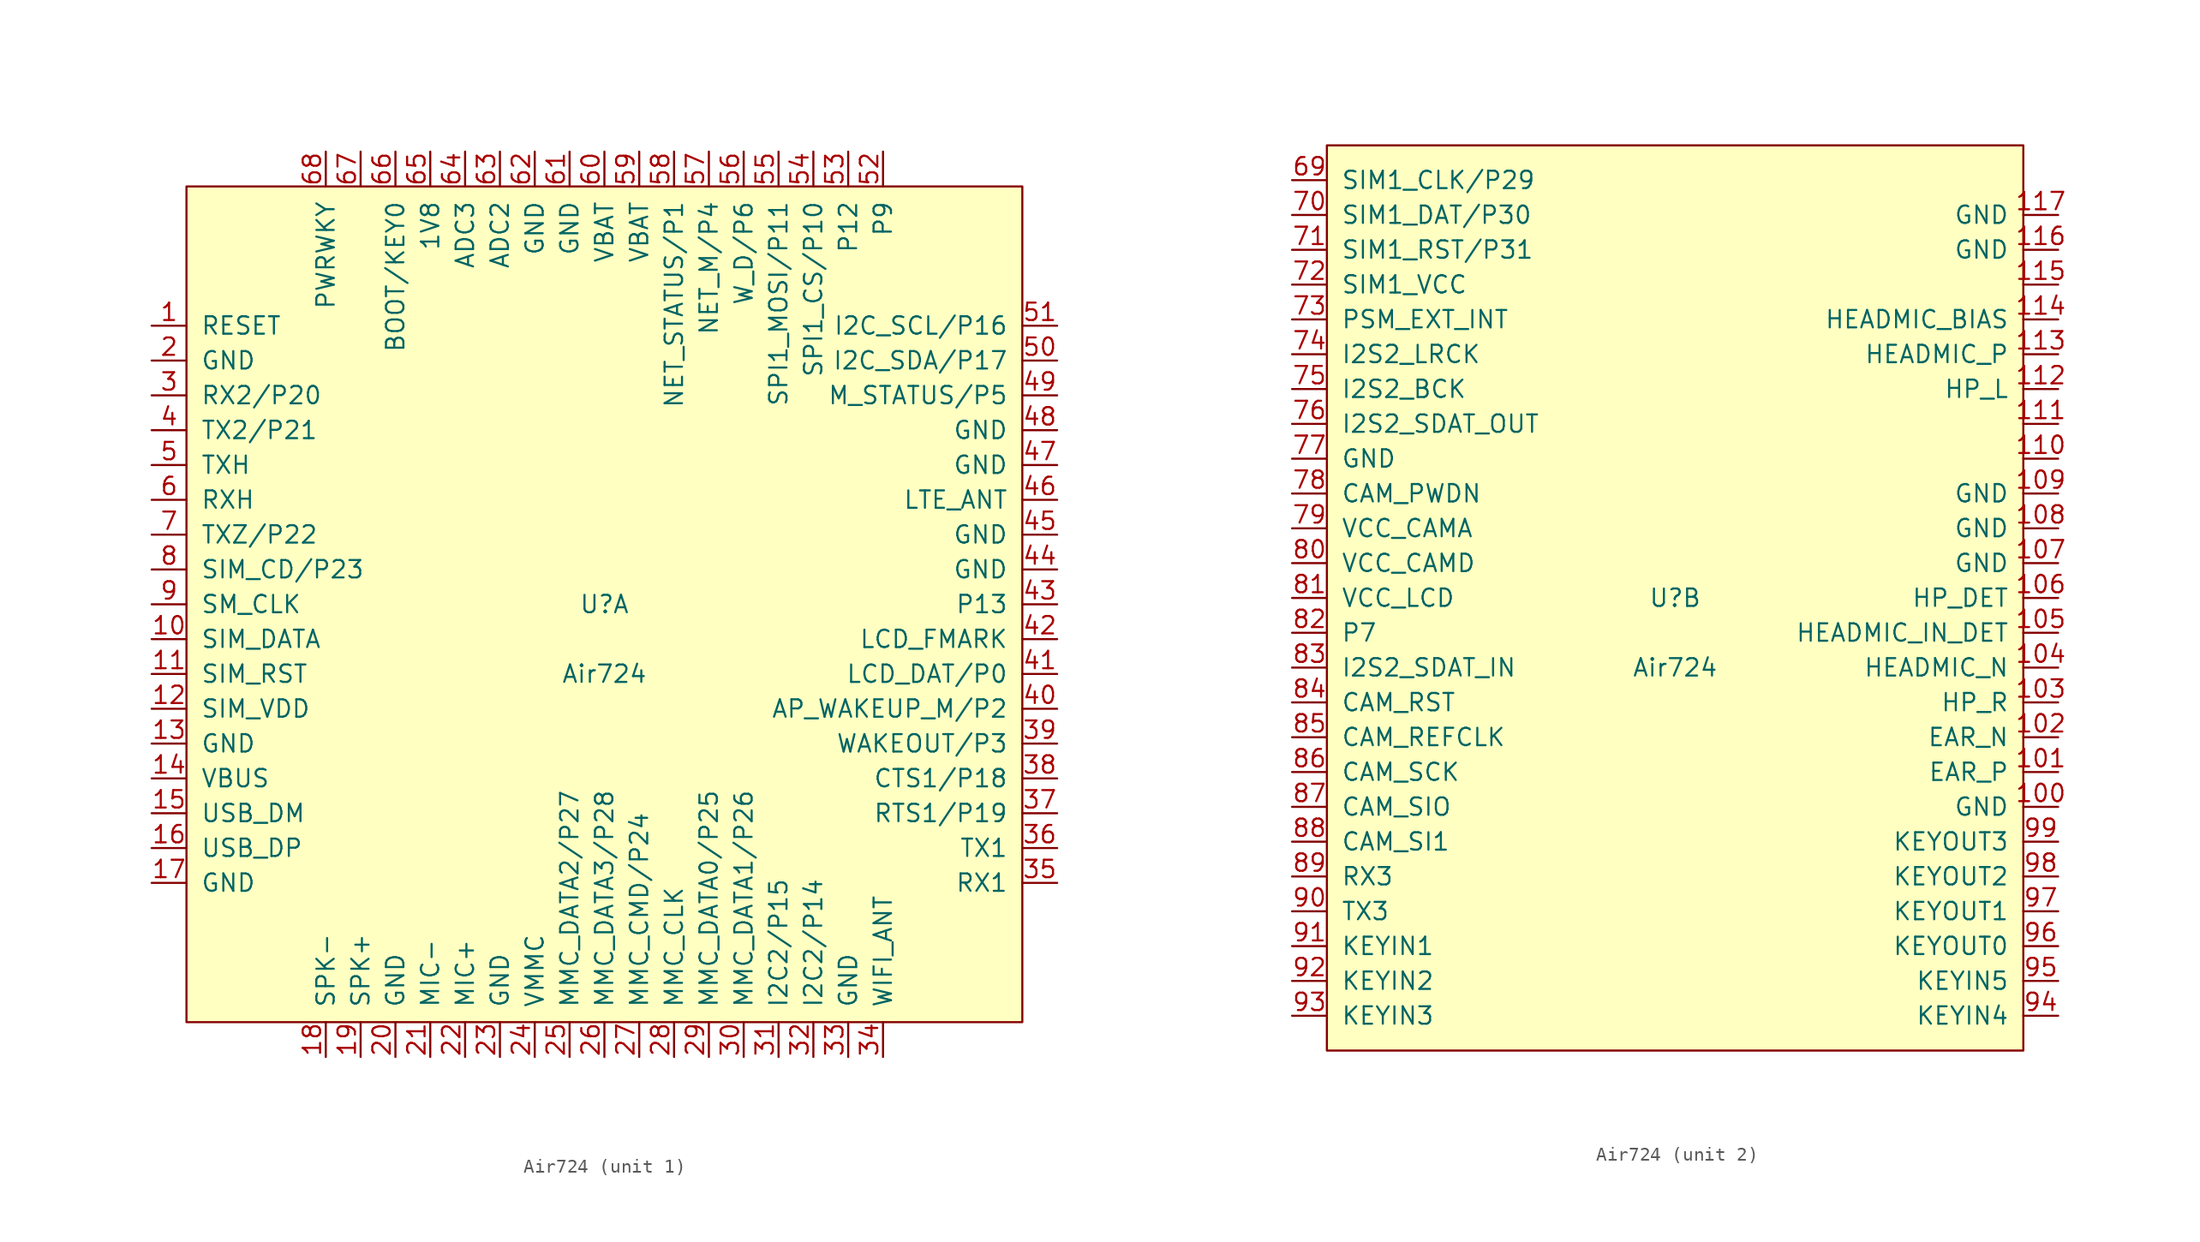
<source format=kicad_sym>
(kicad_symbol_lib
  (version 20220914)
  (generator kicad_symbol_editor)
  (symbol "Air724"
    (pin_names
      (offset 1.016))
    (property "Reference" "U"
      (at 0 0 0)
      (effects (font (size 1.27 1.27))))
    (property "Value" "Air724"
      (at 0 -5.08 0)
      (effects (font (size 1.27 1.27))))
    (property "ki_locked" ""
      (at 0 0 0)
      (effects (font (size 1.27 1.27))))
    (symbol "Air724_1_1"
      (rectangle (start -30.48 30.48) (end 30.48 -30.48) (stroke (width 0) (type default)) (fill (type background)))
      (pin input line (at -33.02 20.32 0) (length 2.54) (name "RESET" (effects (font (size 1.27 1.27)))) (number "1" (effects (font (size 1.27 1.27)))))
      (pin input line (at -33.02 -2.54 0) (length 2.54) (name "SIM_DATA" (effects (font (size 1.27 1.27)))) (number "10" (effects (font (size 1.27 1.27)))))
      (pin output line (at -33.02 -5.08 0) (length 2.54) (name "SIM_RST" (effects (font (size 1.27 1.27)))) (number "11" (effects (font (size 1.27 1.27)))))
      (pin power_out line (at -33.02 -7.62 0) (length 2.54) (name "SIM_VDD" (effects (font (size 1.27 1.27)))) (number "12" (effects (font (size 1.27 1.27)))))
      (pin power_in line (at -33.02 -10.16 0) (length 2.54) (name "GND" (effects (font (size 1.27 1.27)))) (number "13" (effects (font (size 1.27 1.27)))))
      (pin power_in line (at -33.02 -12.7 0) (length 2.54) (name "VBUS" (effects (font (size 1.27 1.27)))) (number "14" (effects (font (size 1.27 1.27)))))
      (pin bidirectional line (at -33.02 -15.24 0) (length 2.54) (name "USB_DM" (effects (font (size 1.27 1.27)))) (number "15" (effects (font (size 1.27 1.27)))))
      (pin bidirectional line (at -33.02 -17.78 0) (length 2.54) (name "USB_DP" (effects (font (size 1.27 1.27)))) (number "16" (effects (font (size 1.27 1.27)))))
      (pin input line (at -33.02 -20.32 0) (length 2.54) (name "GND" (effects (font (size 1.27 1.27)))) (number "17" (effects (font (size 1.27 1.27)))))
      (pin output line (at -20.32 -33.02 90) (length 2.54) (name "SPK-" (effects (font (size 1.27 1.27)))) (number "18" (effects (font (size 1.27 1.27)))))
      (pin output line (at -17.78 -33.02 90) (length 2.54) (name "SPK+" (effects (font (size 1.27 1.27)))) (number "19" (effects (font (size 1.27 1.27)))))
      (pin power_in line (at -33.02 17.78 0) (length 2.54) (name "GND" (effects (font (size 1.27 1.27)))) (number "2" (effects (font (size 1.27 1.27)))))
      (pin power_in line (at -15.24 -33.02 90) (length 2.54) (name "GND" (effects (font (size 1.27 1.27)))) (number "20" (effects (font (size 1.27 1.27)))))
      (pin bidirectional line (at -12.7 -33.02 90) (length 2.54) (name "MIC-" (effects (font (size 1.27 1.27)))) (number "21" (effects (font (size 1.27 1.27)))))
      (pin bidirectional line (at -10.16 -33.02 90) (length 2.54) (name "MIC+" (effects (font (size 1.27 1.27)))) (number "22" (effects (font (size 1.27 1.27)))))
      (pin power_in line (at -7.62 -33.02 90) (length 2.54) (name "GND" (effects (font (size 1.27 1.27)))) (number "23" (effects (font (size 1.27 1.27)))))
      (pin power_out line (at -5.08 -33.02 90) (length 2.54) (name "VMMC" (effects (font (size 1.27 1.27)))) (number "24" (effects (font (size 1.27 1.27)))))
      (pin bidirectional line (at -2.54 -33.02 90) (length 2.54) (name "MMC_DATA2/P27" (effects (font (size 1.27 1.27)))) (number "25" (effects (font (size 1.27 1.27)))))
      (pin bidirectional line (at 0 -33.02 90) (length 2.54) (name "MMC_DATA3/P28" (effects (font (size 1.27 1.27)))) (number "26" (effects (font (size 1.27 1.27)))))
      (pin bidirectional line (at 2.54 -33.02 90) (length 2.54) (name "MMC_CMD/P24" (effects (font (size 1.27 1.27)))) (number "27" (effects (font (size 1.27 1.27)))))
      (pin bidirectional line (at 5.08 -33.02 90) (length 2.54) (name "MMC_CLK" (effects (font (size 1.27 1.27)))) (number "28" (effects (font (size 1.27 1.27)))))
      (pin bidirectional line (at 7.62 -33.02 90) (length 2.54) (name "MMC_DATA0/P25" (effects (font (size 1.27 1.27)))) (number "29" (effects (font (size 1.27 1.27)))))
      (pin bidirectional line (at -33.02 15.24 0) (length 2.54) (name "RX2/P20" (effects (font (size 1.27 1.27)))) (number "3" (effects (font (size 1.27 1.27)))))
      (pin bidirectional line (at 10.16 -33.02 90) (length 2.54) (name "MMC_DATA1/P26" (effects (font (size 1.27 1.27)))) (number "30" (effects (font (size 1.27 1.27)))))
      (pin bidirectional line (at 12.7 -33.02 90) (length 2.54) (name "I2C2/P15" (effects (font (size 1.27 1.27)))) (number "31" (effects (font (size 1.27 1.27)))))
      (pin bidirectional line (at 15.24 -33.02 90) (length 2.54) (name "I2C2/P14" (effects (font (size 1.27 1.27)))) (number "32" (effects (font (size 1.27 1.27)))))
      (pin power_in line (at 17.78 -33.02 90) (length 2.54) (name "GND" (effects (font (size 1.27 1.27)))) (number "33" (effects (font (size 1.27 1.27)))))
      (pin passive line (at 20.32 -33.02 90) (length 2.54) (name "WIFI_ANT" (effects (font (size 1.27 1.27)))) (number "34" (effects (font (size 1.27 1.27)))))
      (pin bidirectional line (at 33.02 -20.32 180) (length 2.54) (name "RX1" (effects (font (size 1.27 1.27)))) (number "35" (effects (font (size 1.27 1.27)))))
      (pin bidirectional line (at 33.02 -17.78 180) (length 2.54) (name "TX1" (effects (font (size 1.27 1.27)))) (number "36" (effects (font (size 1.27 1.27)))))
      (pin bidirectional line (at 33.02 -15.24 180) (length 2.54) (name "RTS1/P19" (effects (font (size 1.27 1.27)))) (number "37" (effects (font (size 1.27 1.27)))))
      (pin bidirectional line (at 33.02 -12.7 180) (length 2.54) (name "CTS1/P18" (effects (font (size 1.27 1.27)))) (number "38" (effects (font (size 1.27 1.27)))))
      (pin bidirectional line (at 33.02 -10.16 180) (length 2.54) (name "WAKEOUT/P3" (effects (font (size 1.27 1.27)))) (number "39" (effects (font (size 1.27 1.27)))))
      (pin bidirectional line (at -33.02 12.7 0) (length 2.54) (name "TX2/P21" (effects (font (size 1.27 1.27)))) (number "4" (effects (font (size 1.27 1.27)))))
      (pin bidirectional line (at 33.02 -7.62 180) (length 2.54) (name "AP_WAKEUP_M/P2" (effects (font (size 1.27 1.27)))) (number "40" (effects (font (size 1.27 1.27)))))
      (pin bidirectional line (at 33.02 -5.08 180) (length 2.54) (name "LCD_DAT/P0" (effects (font (size 1.27 1.27)))) (number "41" (effects (font (size 1.27 1.27)))))
      (pin bidirectional line (at 33.02 -2.54 180) (length 2.54) (name "LCD_FMARK" (effects (font (size 1.27 1.27)))) (number "42" (effects (font (size 1.27 1.27)))))
      (pin bidirectional line (at 33.02 0 180) (length 2.54) (name "P13" (effects (font (size 1.27 1.27)))) (number "43" (effects (font (size 1.27 1.27)))))
      (pin power_in line (at 33.02 2.54 180) (length 2.54) (name "GND" (effects (font (size 1.27 1.27)))) (number "44" (effects (font (size 1.27 1.27)))))
      (pin power_in line (at 33.02 5.08 180) (length 2.54) (name "GND" (effects (font (size 1.27 1.27)))) (number "45" (effects (font (size 1.27 1.27)))))
      (pin passive line (at 33.02 7.62 180) (length 2.54) (name "LTE_ANT" (effects (font (size 1.27 1.27)))) (number "46" (effects (font (size 1.27 1.27)))))
      (pin power_in line (at 33.02 10.16 180) (length 2.54) (name "GND" (effects (font (size 1.27 1.27)))) (number "47" (effects (font (size 1.27 1.27)))))
      (pin power_in line (at 33.02 12.7 180) (length 2.54) (name "GND" (effects (font (size 1.27 1.27)))) (number "48" (effects (font (size 1.27 1.27)))))
      (pin output line (at 33.02 15.24 180) (length 2.54) (name "M_STATUS/P5" (effects (font (size 1.27 1.27)))) (number "49" (effects (font (size 1.27 1.27)))))
      (pin bidirectional line (at -33.02 10.16 0) (length 2.54) (name "TXH" (effects (font (size 1.27 1.27)))) (number "5" (effects (font (size 1.27 1.27)))))
      (pin bidirectional line (at 33.02 17.78 180) (length 2.54) (name "I2C_SDA/P17" (effects (font (size 1.27 1.27)))) (number "50" (effects (font (size 1.27 1.27)))))
      (pin bidirectional line (at 33.02 20.32 180) (length 2.54) (name "I2C_SCL/P16" (effects (font (size 1.27 1.27)))) (number "51" (effects (font (size 1.27 1.27)))))
      (pin bidirectional line (at 20.32 33.02 270) (length 2.54) (name "P9" (effects (font (size 1.27 1.27)))) (number "52" (effects (font (size 1.27 1.27)))))
      (pin bidirectional line (at 17.78 33.02 270) (length 2.54) (name "P12" (effects (font (size 1.27 1.27)))) (number "53" (effects (font (size 1.27 1.27)))))
      (pin bidirectional line (at 15.24 33.02 270) (length 2.54) (name "SPI1_CS/P10" (effects (font (size 1.27 1.27)))) (number "54" (effects (font (size 1.27 1.27)))))
      (pin bidirectional line (at 12.7 33.02 270) (length 2.54) (name "SPI1_MOSI/P11" (effects (font (size 1.27 1.27)))) (number "55" (effects (font (size 1.27 1.27)))))
      (pin bidirectional line (at 10.16 33.02 270) (length 2.54) (name "W_D/P6" (effects (font (size 1.27 1.27)))) (number "56" (effects (font (size 1.27 1.27)))))
      (pin bidirectional line (at 7.62 33.02 270) (length 2.54) (name "NET_M/P4" (effects (font (size 1.27 1.27)))) (number "57" (effects (font (size 1.27 1.27)))))
      (pin output line (at 5.08 33.02 270) (length 2.54) (name "NET_STATUS/P1" (effects (font (size 1.27 1.27)))) (number "58" (effects (font (size 1.27 1.27)))))
      (pin power_in line (at 2.54 33.02 270) (length 2.54) (name "VBAT" (effects (font (size 1.27 1.27)))) (number "59" (effects (font (size 1.27 1.27)))))
      (pin bidirectional line (at -33.02 7.62 0) (length 2.54) (name "RXH" (effects (font (size 1.27 1.27)))) (number "6" (effects (font (size 1.27 1.27)))))
      (pin power_in line (at 0 33.02 270) (length 2.54) (name "VBAT" (effects (font (size 1.27 1.27)))) (number "60" (effects (font (size 1.27 1.27)))))
      (pin input line (at -2.54 33.02 270) (length 2.54) (name "GND" (effects (font (size 1.27 1.27)))) (number "61" (effects (font (size 1.27 1.27)))))
      (pin input line (at -5.08 33.02 270) (length 2.54) (name "GND" (effects (font (size 1.27 1.27)))) (number "62" (effects (font (size 1.27 1.27)))))
      (pin input line (at -7.62 33.02 270) (length 2.54) (name "ADC2" (effects (font (size 1.27 1.27)))) (number "63" (effects (font (size 1.27 1.27)))))
      (pin input line (at -10.16 33.02 270) (length 2.54) (name "ADC3" (effects (font (size 1.27 1.27)))) (number "64" (effects (font (size 1.27 1.27)))))
      (pin power_out line (at -12.7 33.02 270) (length 2.54) (name "1V8" (effects (font (size 1.27 1.27)))) (number "65" (effects (font (size 1.27 1.27)))))
      (pin input line (at -15.24 33.02 270) (length 2.54) (name "BOOT/KEY0" (effects (font (size 1.27 1.27)))) (number "66" (effects (font (size 1.27 1.27)))))
      (pin input line (at -17.78 33.02 270) (length 2.54) (name "~" (effects (font (size 1.27 1.27)))) (number "67" (effects (font (size 1.27 1.27)))))
      (pin input line (at -20.32 33.02 270) (length 2.54) (name "PWRWKY" (effects (font (size 1.27 1.27)))) (number "68" (effects (font (size 1.27 1.27)))))
      (pin bidirectional line (at -33.02 5.08 0) (length 2.54) (name "TXZ/P22" (effects (font (size 1.27 1.27)))) (number "7" (effects (font (size 1.27 1.27)))))
      (pin input line (at -33.02 2.54 0) (length 2.54) (name "SIM_CD/P23" (effects (font (size 1.27 1.27)))) (number "8" (effects (font (size 1.27 1.27)))))
      (pin output line (at -33.02 0 0) (length 2.54) (name "SM_CLK" (effects (font (size 1.27 1.27)))) (number "9" (effects (font (size 1.27 1.27))))))
    (symbol "Air724_2_1"
      (rectangle (start -25.4 33.02) (end 25.4 -33.02) (stroke (width 0) (type default)) (fill (type background)))
      (pin power_in line (at 27.94 -15.24 180) (length 2.54) (name "GND" (effects (font (size 1.27 1.27)))) (number "100" (effects (font (size 1.27 1.27)))))
      (pin bidirectional line (at 27.94 -12.7 180) (length 2.54) (name "EAR_P" (effects (font (size 1.27 1.27)))) (number "101" (effects (font (size 1.27 1.27)))))
      (pin bidirectional line (at 27.94 -10.16 180) (length 2.54) (name "EAR_N" (effects (font (size 1.27 1.27)))) (number "102" (effects (font (size 1.27 1.27)))))
      (pin bidirectional line (at 27.94 -7.62 180) (length 2.54) (name "HP_R" (effects (font (size 1.27 1.27)))) (number "103" (effects (font (size 1.27 1.27)))))
      (pin bidirectional line (at 27.94 -5.08 180) (length 2.54) (name "HEADMIC_N" (effects (font (size 1.27 1.27)))) (number "104" (effects (font (size 1.27 1.27)))))
      (pin bidirectional line (at 27.94 -2.54 180) (length 2.54) (name "HEADMIC_IN_DET" (effects (font (size 1.27 1.27)))) (number "105" (effects (font (size 1.27 1.27)))))
      (pin bidirectional line (at 27.94 0 180) (length 2.54) (name "HP_DET" (effects (font (size 1.27 1.27)))) (number "106" (effects (font (size 1.27 1.27)))))
      (pin power_in line (at 27.94 2.54 180) (length 2.54) (name "GND" (effects (font (size 1.27 1.27)))) (number "107" (effects (font (size 1.27 1.27)))))
      (pin power_in line (at 27.94 5.08 180) (length 2.54) (name "GND" (effects (font (size 1.27 1.27)))) (number "108" (effects (font (size 1.27 1.27)))))
      (pin power_in line (at 27.94 7.62 180) (length 2.54) (name "GND" (effects (font (size 1.27 1.27)))) (number "109" (effects (font (size 1.27 1.27)))))
      (pin bidirectional line (at 27.94 10.16 180) (length 2.54) (name "~" (effects (font (size 1.27 1.27)))) (number "110" (effects (font (size 1.27 1.27)))))
      (pin bidirectional line (at 27.94 12.7 180) (length 2.54) (name "~" (effects (font (size 1.27 1.27)))) (number "111" (effects (font (size 1.27 1.27)))))
      (pin bidirectional line (at 27.94 15.24 180) (length 2.54) (name "HP_L" (effects (font (size 1.27 1.27)))) (number "112" (effects (font (size 1.27 1.27)))))
      (pin bidirectional line (at 27.94 17.78 180) (length 2.54) (name "HEADMIC_P" (effects (font (size 1.27 1.27)))) (number "113" (effects (font (size 1.27 1.27)))))
      (pin bidirectional line (at 27.94 20.32 180) (length 2.54) (name "HEADMIC_BIAS" (effects (font (size 1.27 1.27)))) (number "114" (effects (font (size 1.27 1.27)))))
      (pin bidirectional line (at 27.94 22.86 180) (length 2.54) (name "~" (effects (font (size 1.27 1.27)))) (number "115" (effects (font (size 1.27 1.27)))))
      (pin power_in line (at 27.94 25.4 180) (length 2.54) (name "GND" (effects (font (size 1.27 1.27)))) (number "116" (effects (font (size 1.27 1.27)))))
      (pin power_in line (at 27.94 27.94 180) (length 2.54) (name "GND" (effects (font (size 1.27 1.27)))) (number "117" (effects (font (size 1.27 1.27)))))
      (pin bidirectional line (at -27.94 30.48 0) (length 2.54) (name "SIM1_CLK/P29" (effects (font (size 1.27 1.27)))) (number "69" (effects (font (size 1.27 1.27)))))
      (pin bidirectional line (at -27.94 27.94 0) (length 2.54) (name "SIM1_DAT/P30" (effects (font (size 1.27 1.27)))) (number "70" (effects (font (size 1.27 1.27)))))
      (pin bidirectional line (at -27.94 25.4 0) (length 2.54) (name "SIM1_RST/P31" (effects (font (size 1.27 1.27)))) (number "71" (effects (font (size 1.27 1.27)))))
      (pin power_out line (at -27.94 22.86 0) (length 2.54) (name "SIM1_VCC" (effects (font (size 1.27 1.27)))) (number "72" (effects (font (size 1.27 1.27)))))
      (pin bidirectional line (at -27.94 20.32 0) (length 2.54) (name "PSM_EXT_INT" (effects (font (size 1.27 1.27)))) (number "73" (effects (font (size 1.27 1.27)))))
      (pin bidirectional line (at -27.94 17.78 0) (length 2.54) (name "I2S2_LRCK" (effects (font (size 1.27 1.27)))) (number "74" (effects (font (size 1.27 1.27)))))
      (pin bidirectional line (at -27.94 15.24 0) (length 2.54) (name "I2S2_BCK" (effects (font (size 1.27 1.27)))) (number "75" (effects (font (size 1.27 1.27)))))
      (pin bidirectional line (at -27.94 12.7 0) (length 2.54) (name "I2S2_SDAT_OUT" (effects (font (size 1.27 1.27)))) (number "76" (effects (font (size 1.27 1.27)))))
      (pin power_in line (at -27.94 10.16 0) (length 2.54) (name "GND" (effects (font (size 1.27 1.27)))) (number "77" (effects (font (size 1.27 1.27)))))
      (pin input line (at -27.94 7.62 0) (length 2.54) (name "CAM_PWDN" (effects (font (size 1.27 1.27)))) (number "78" (effects (font (size 1.27 1.27)))))
      (pin power_out line (at -27.94 5.08 0) (length 2.54) (name "VCC_CAMA" (effects (font (size 1.27 1.27)))) (number "79" (effects (font (size 1.27 1.27)))))
      (pin power_out line (at -27.94 2.54 0) (length 2.54) (name "VCC_CAMD" (effects (font (size 1.27 1.27)))) (number "80" (effects (font (size 1.27 1.27)))))
      (pin power_out line (at -27.94 0 0) (length 2.54) (name "VCC_LCD" (effects (font (size 1.27 1.27)))) (number "81" (effects (font (size 1.27 1.27)))))
      (pin bidirectional line (at -27.94 -2.54 0) (length 2.54) (name "P7" (effects (font (size 1.27 1.27)))) (number "82" (effects (font (size 1.27 1.27)))))
      (pin bidirectional line (at -27.94 -5.08 0) (length 2.54) (name "I2S2_SDAT_IN" (effects (font (size 1.27 1.27)))) (number "83" (effects (font (size 1.27 1.27)))))
      (pin bidirectional line (at -27.94 -7.62 0) (length 2.54) (name "CAM_RST" (effects (font (size 1.27 1.27)))) (number "84" (effects (font (size 1.27 1.27)))))
      (pin bidirectional line (at -27.94 -10.16 0) (length 2.54) (name "CAM_REFCLK" (effects (font (size 1.27 1.27)))) (number "85" (effects (font (size 1.27 1.27)))))
      (pin bidirectional line (at -27.94 -12.7 0) (length 2.54) (name "CAM_SCK" (effects (font (size 1.27 1.27)))) (number "86" (effects (font (size 1.27 1.27)))))
      (pin bidirectional line (at -27.94 -15.24 0) (length 2.54) (name "CAM_SIO" (effects (font (size 1.27 1.27)))) (number "87" (effects (font (size 1.27 1.27)))))
      (pin bidirectional line (at -27.94 -17.78 0) (length 2.54) (name "CAM_SI1" (effects (font (size 1.27 1.27)))) (number "88" (effects (font (size 1.27 1.27)))))
      (pin bidirectional line (at -27.94 -20.32 0) (length 2.54) (name "RX3" (effects (font (size 1.27 1.27)))) (number "89" (effects (font (size 1.27 1.27)))))
      (pin bidirectional line (at -27.94 -22.86 0) (length 2.54) (name "TX3" (effects (font (size 1.27 1.27)))) (number "90" (effects (font (size 1.27 1.27)))))
      (pin bidirectional line (at -27.94 -25.4 0) (length 2.54) (name "KEYIN1" (effects (font (size 1.27 1.27)))) (number "91" (effects (font (size 1.27 1.27)))))
      (pin bidirectional line (at -27.94 -27.94 0) (length 2.54) (name "KEYIN2" (effects (font (size 1.27 1.27)))) (number "92" (effects (font (size 1.27 1.27)))))
      (pin bidirectional line (at -27.94 -30.48 0) (length 2.54) (name "KEYIN3" (effects (font (size 1.27 1.27)))) (number "93" (effects (font (size 1.27 1.27)))))
      (pin bidirectional line (at 27.94 -30.48 180) (length 2.54) (name "KEYIN4" (effects (font (size 1.27 1.27)))) (number "94" (effects (font (size 1.27 1.27)))))
      (pin bidirectional line (at 27.94 -27.94 180) (length 2.54) (name "KEYIN5" (effects (font (size 1.27 1.27)))) (number "95" (effects (font (size 1.27 1.27)))))
      (pin bidirectional line (at 27.94 -25.4 180) (length 2.54) (name "KEYOUT0" (effects (font (size 1.27 1.27)))) (number "96" (effects (font (size 1.27 1.27)))))
      (pin bidirectional line (at 27.94 -22.86 180) (length 2.54) (name "KEYOUT1" (effects (font (size 1.27 1.27)))) (number "97" (effects (font (size 1.27 1.27)))))
      (pin bidirectional line (at 27.94 -20.32 180) (length 2.54) (name "KEYOUT2" (effects (font (size 1.27 1.27)))) (number "98" (effects (font (size 1.27 1.27)))))
      (pin bidirectional line (at 27.94 -17.78 180) (length 2.54) (name "KEYOUT3" (effects (font (size 1.27 1.27)))) (number "99" (effects (font (size 1.27 1.27))))))))
</source>
